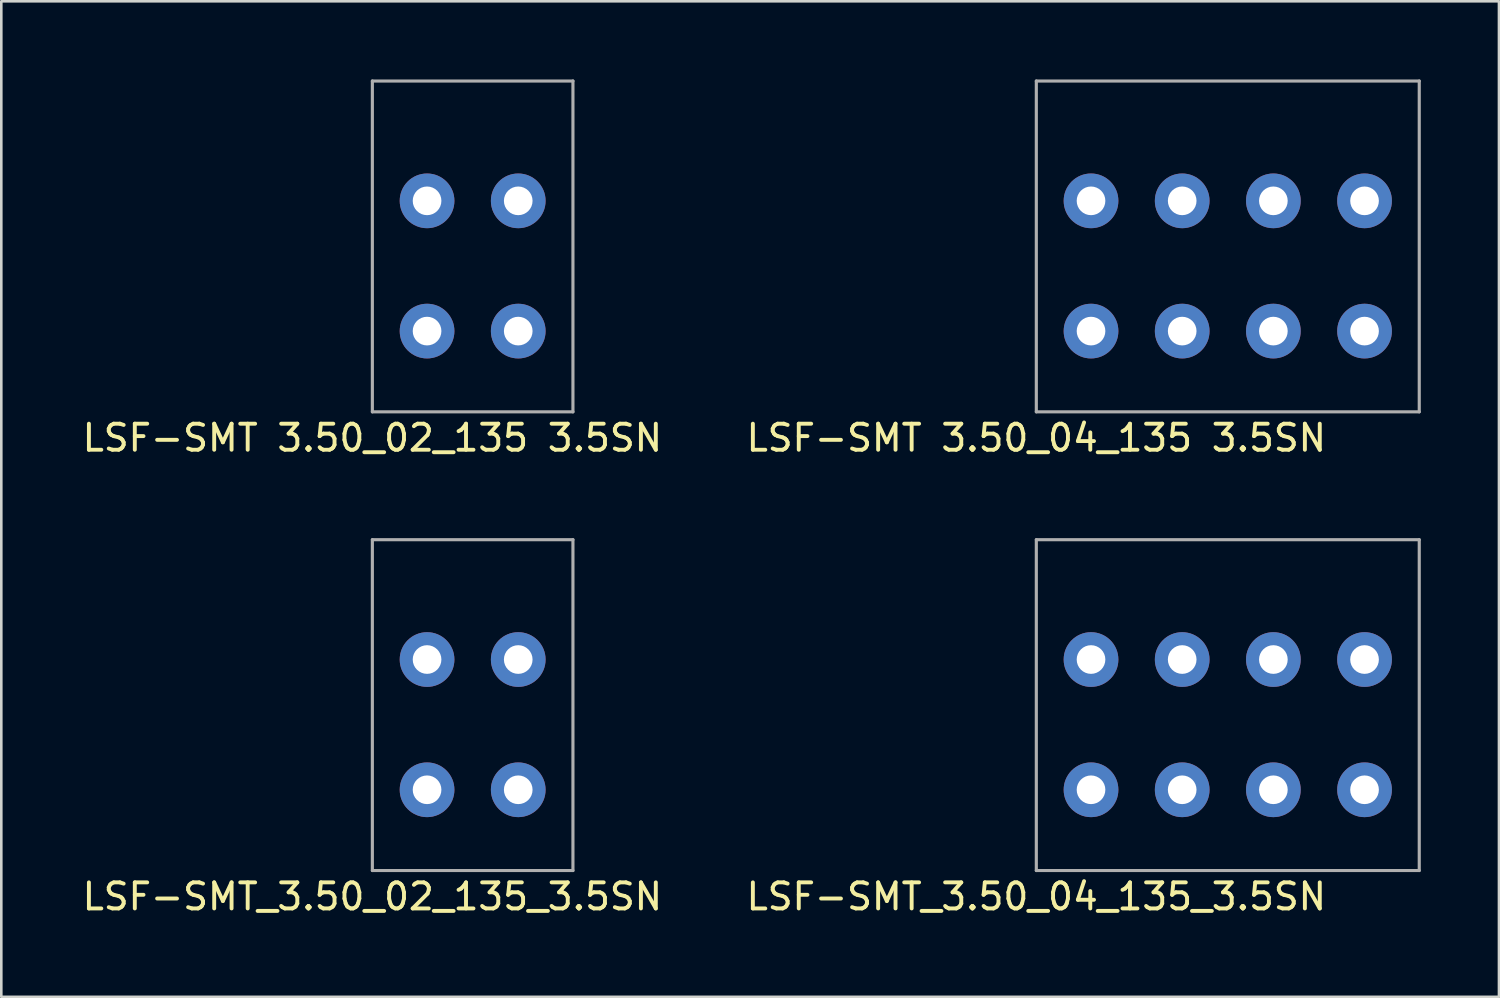
<source format=kicad_pcb>
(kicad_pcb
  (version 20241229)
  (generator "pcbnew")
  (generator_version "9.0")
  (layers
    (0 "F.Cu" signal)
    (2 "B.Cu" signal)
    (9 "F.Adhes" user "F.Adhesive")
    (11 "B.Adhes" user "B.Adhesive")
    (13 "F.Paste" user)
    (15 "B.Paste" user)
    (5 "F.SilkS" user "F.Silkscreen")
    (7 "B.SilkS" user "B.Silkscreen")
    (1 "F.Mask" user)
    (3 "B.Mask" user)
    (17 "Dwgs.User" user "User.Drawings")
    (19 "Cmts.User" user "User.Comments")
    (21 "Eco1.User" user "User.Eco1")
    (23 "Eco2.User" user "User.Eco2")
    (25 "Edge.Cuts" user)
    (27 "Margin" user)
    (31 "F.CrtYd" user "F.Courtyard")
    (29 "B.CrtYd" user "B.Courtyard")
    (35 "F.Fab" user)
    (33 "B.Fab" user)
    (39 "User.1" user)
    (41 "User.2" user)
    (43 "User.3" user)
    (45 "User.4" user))
  (footprint "LSF-SMT_3.50_02_135_3.5SN"
    (layer "F.Cu")
    (at 11.244 30.368)
    (property "Reference" "LSF-SMT_3.50_02_135_3.5SN" (at 0 1 0) (layer "F.SilkS") (effects (font (size 1 1) (thickness 0.15))))
    (attr through_hole)
    (fp_line (start 0 -12.7) (end 7.7 -12.7) (stroke (width 0.12) (type solid)) (layer "F.Fab"))
    (fp_line (start 0 0) (end 0 -12.7) (stroke (width 0.12) (type solid)) (layer "F.Fab"))
    (fp_line (start 7.7 -12.7) (end 7.7 0) (stroke (width 0.12) (type solid)) (layer "F.Fab"))
    (fp_line (start 7.7 0) (end 0 0) (stroke (width 0.12) (type solid)) (layer "F.Fab"))
    (pad "1" thru_hole circle (at 2.1 -8.1) (size 2.1 2.1) (drill 1.1) (layers "*.Cu" "*.Mask"))
    (pad "1" thru_hole circle (at 2.1 -3.1) (size 2.1 2.1) (drill 1.1) (layers "*.Cu" "*.Mask"))
    (pad "2" thru_hole circle (at 5.6 -8.1) (size 2.1 2.1) (drill 1.1) (layers "*.Cu" "*.Mask"))
    (pad "2" thru_hole circle (at 5.6 -3.1) (size 2.1 2.1) (drill 1.1) (layers "*.Cu" "*.Mask")))
  (footprint "LSF-SMT_3.50_04_135_3.5SN"
    (layer "F.Cu")
    (at 36.732 30.368)
    (property "Reference" "LSF-SMT_3.50_04_135_3.5SN" (at 0 1 0) (layer "F.SilkS") (effects (font (size 1 1) (thickness 0.15))))
    (attr through_hole)
    (fp_line (start 0 -12.7) (end 14.7 -12.7) (stroke (width 0.12) (type solid)) (layer "F.Fab"))
    (fp_line (start 0 0) (end 0 -12.7) (stroke (width 0.12) (type solid)) (layer "F.Fab"))
    (fp_line (start 14.7 -12.7) (end 14.7 0) (stroke (width 0.12) (type solid)) (layer "F.Fab"))
    (fp_line (start 14.7 0) (end 0 0) (stroke (width 0.12) (type solid)) (layer "F.Fab"))
    (pad "1" thru_hole circle (at 2.1 -8.1) (size 2.1 2.1) (drill 1.1) (layers "*.Cu" "*.Mask"))
    (pad "1" thru_hole circle (at 2.1 -3.1) (size 2.1 2.1) (drill 1.1) (layers "*.Cu" "*.Mask"))
    (pad "2" thru_hole circle (at 5.6 -8.1) (size 2.1 2.1) (drill 1.1) (layers "*.Cu" "*.Mask"))
    (pad "2" thru_hole circle (at 5.6 -3.1) (size 2.1 2.1) (drill 1.1) (layers "*.Cu" "*.Mask"))
    (pad "3" thru_hole circle (at 9.1 -8.1) (size 2.1 2.1) (drill 1.1) (layers "*.Cu" "*.Mask"))
    (pad "3" thru_hole circle (at 9.1 -3.1) (size 2.1 2.1) (drill 1.1) (layers "*.Cu" "*.Mask"))
    (pad "4" thru_hole circle (at 12.6 -8.1) (size 2.1 2.1) (drill 1.1) (layers "*.Cu" "*.Mask"))
    (pad "4" thru_hole circle (at 12.6 -3.1) (size 2.1 2.1) (drill 1.1) (layers "*.Cu" "*.Mask")))
  (footprint "LSF-SMT 3.50_04_135 3.5SN"
    (layer "F.Cu")
    (at 36.732 12.76)
    (property "Reference" "LSF-SMT 3.50_04_135 3.5SN" (at 0 1 0) (layer "F.SilkS") (effects (font (size 1 1) (thickness 0.15))))
    (attr through_hole)
    (fp_line (start 0 -12.7) (end 14.7 -12.7) (stroke (width 0.12) (type solid)) (layer "F.Fab"))
    (fp_line (start 0 0) (end 0 -12.7) (stroke (width 0.12) (type solid)) (layer "F.Fab"))
    (fp_line (start 14.7 -12.7) (end 14.7 0) (stroke (width 0.12) (type solid)) (layer "F.Fab"))
    (fp_line (start 14.7 0) (end 0 0) (stroke (width 0.12) (type solid)) (layer "F.Fab"))
    (pad "1" thru_hole circle (at 2.1 -8.1) (size 2.1 2.1) (drill 1.1) (layers "*.Cu" "*.Mask"))
    (pad "1" thru_hole circle (at 2.1 -3.1) (size 2.1 2.1) (drill 1.1) (layers "*.Cu" "*.Mask"))
    (pad "2" thru_hole circle (at 5.6 -8.1) (size 2.1 2.1) (drill 1.1) (layers "*.Cu" "*.Mask"))
    (pad "2" thru_hole circle (at 5.6 -3.1) (size 2.1 2.1) (drill 1.1) (layers "*.Cu" "*.Mask"))
    (pad "3" thru_hole circle (at 9.1 -8.1) (size 2.1 2.1) (drill 1.1) (layers "*.Cu" "*.Mask"))
    (pad "3" thru_hole circle (at 9.1 -3.1) (size 2.1 2.1) (drill 1.1) (layers "*.Cu" "*.Mask"))
    (pad "4" thru_hole circle (at 12.6 -8.1) (size 2.1 2.1) (drill 1.1) (layers "*.Cu" "*.Mask"))
    (pad "4" thru_hole circle (at 12.6 -3.1) (size 2.1 2.1) (drill 1.1) (layers "*.Cu" "*.Mask")))
  (footprint "LSF-SMT 3.50_02_135 3.5SN"
    (layer "F.Cu")
    (at 11.244 12.76)
    (property "Reference" "LSF-SMT 3.50_02_135 3.5SN" (at 0 1 0) (layer "F.SilkS") (effects (font (size 1 1) (thickness 0.15))))
    (attr through_hole)
    (fp_line (start 0 -12.7) (end 7.7 -12.7) (stroke (width 0.12) (type solid)) (layer "F.Fab"))
    (fp_line (start 0 0) (end 0 -12.7) (stroke (width 0.12) (type solid)) (layer "F.Fab"))
    (fp_line (start 7.7 -12.7) (end 7.7 0) (stroke (width 0.12) (type solid)) (layer "F.Fab"))
    (fp_line (start 7.7 0) (end 0 0) (stroke (width 0.12) (type solid)) (layer "F.Fab"))
    (pad "1" thru_hole circle (at 2.1 -8.1) (size 2.1 2.1) (drill 1.1) (layers "*.Cu" "*.Mask"))
    (pad "1" thru_hole circle (at 2.1 -3.1) (size 2.1 2.1) (drill 1.1) (layers "*.Cu" "*.Mask"))
    (pad "2" thru_hole circle (at 5.6 -8.1) (size 2.1 2.1) (drill 1.1) (layers "*.Cu" "*.Mask"))
    (pad "2" thru_hole circle (at 5.6 -3.1) (size 2.1 2.1) (drill 1.1) (layers "*.Cu" "*.Mask")))
  (gr_rect
    (start -3 -3)
    (end 54.492 35.217)
    (stroke (width 0.1) (type default))
    (fill no)
    (layer "Edge.Cuts")))
</source>
